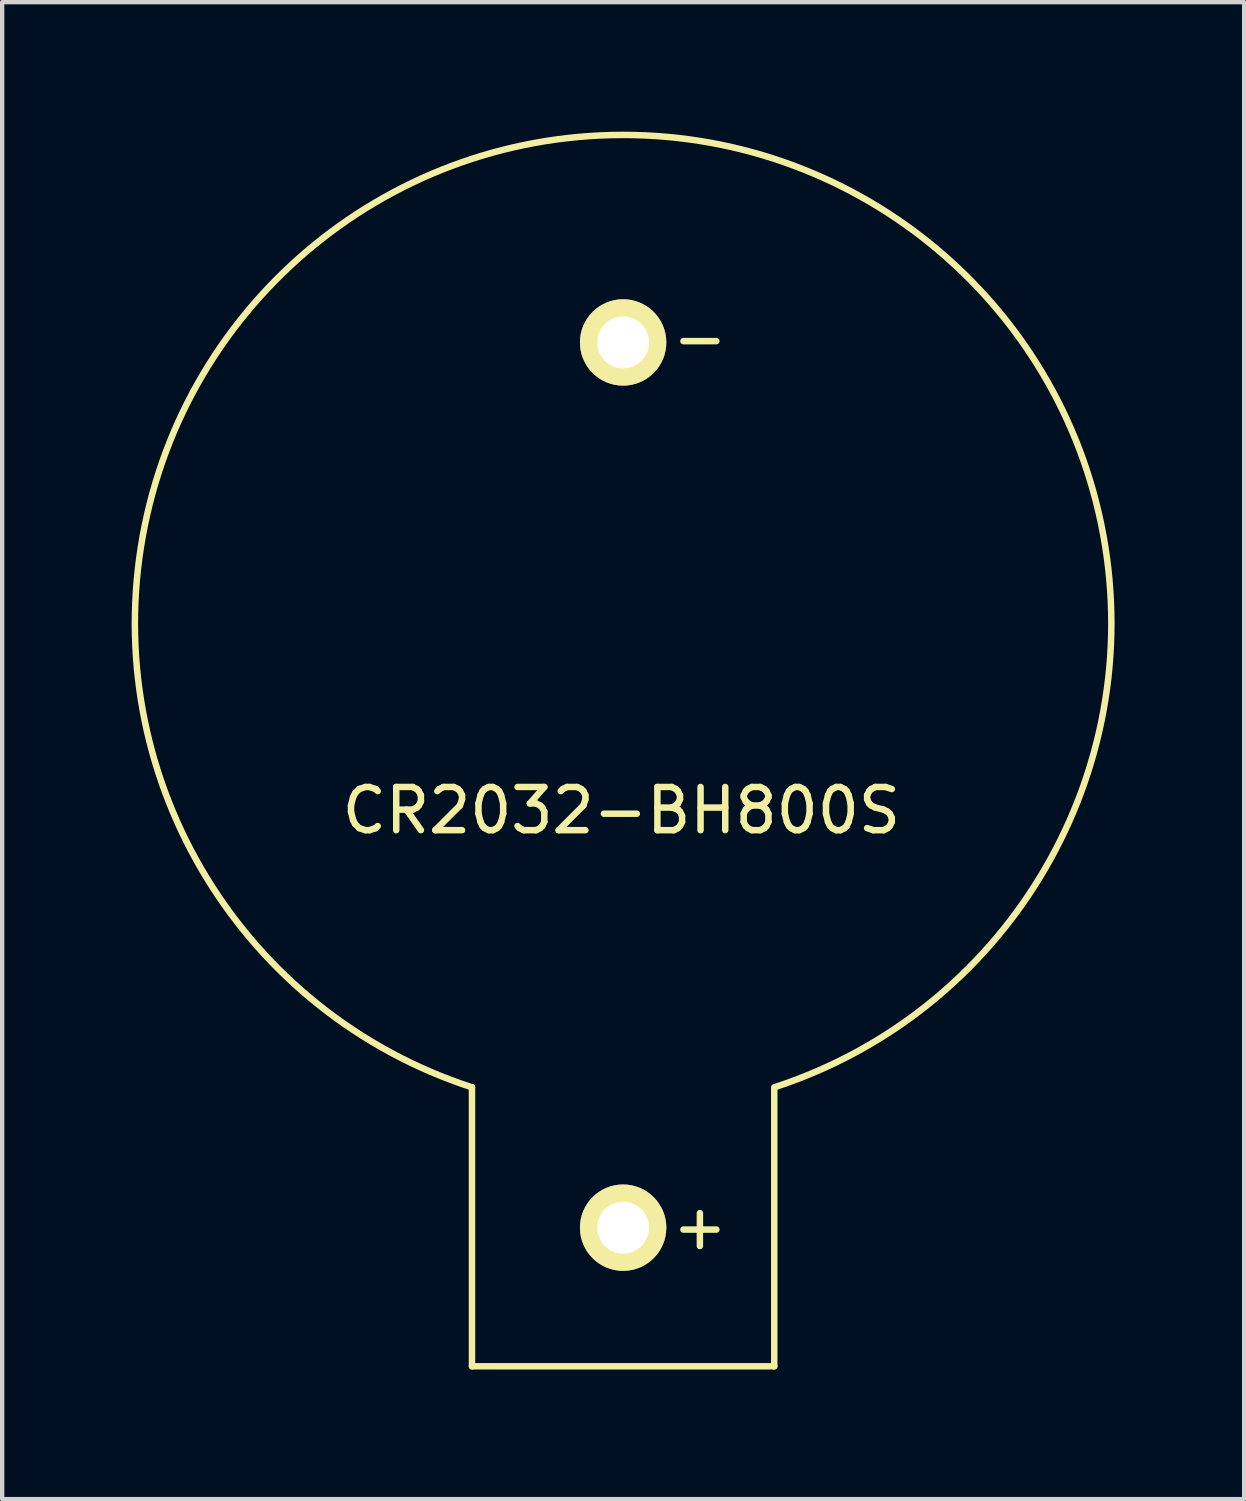
<source format=kicad_pcb>
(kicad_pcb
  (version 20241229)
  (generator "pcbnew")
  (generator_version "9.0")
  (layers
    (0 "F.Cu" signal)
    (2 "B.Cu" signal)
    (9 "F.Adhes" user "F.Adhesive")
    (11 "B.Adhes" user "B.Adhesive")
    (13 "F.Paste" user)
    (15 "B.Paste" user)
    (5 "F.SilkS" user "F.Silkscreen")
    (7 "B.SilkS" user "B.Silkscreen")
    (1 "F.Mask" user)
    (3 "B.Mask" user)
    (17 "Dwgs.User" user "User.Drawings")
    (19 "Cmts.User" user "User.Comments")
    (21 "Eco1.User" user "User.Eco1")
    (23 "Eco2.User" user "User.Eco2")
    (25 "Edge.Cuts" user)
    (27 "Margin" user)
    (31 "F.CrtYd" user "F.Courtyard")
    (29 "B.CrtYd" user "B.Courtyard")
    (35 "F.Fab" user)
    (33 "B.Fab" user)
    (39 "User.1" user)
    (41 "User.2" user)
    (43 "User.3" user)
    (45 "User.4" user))
  (footprint "CR2032-BH800S"
    (layer "F.Cu")
    (at 11.38 11.38)
    (property "Reference" "CR2032-BH800S" (at -0.04 4.34 0) (layer "F.SilkS") (effects (font (size 1 1) (thickness 0.15))))
    (attr through_hole)
    (fp_line (start -3.5 10.75) (end -3.5 17.21) (stroke (width 0.15) (type solid)) (layer "F.SilkS"))
    (fp_line (start -3.5 17.21) (end 3.5 17.21) (stroke (width 0.15) (type solid)) (layer "F.SilkS"))
    (fp_line (start 3.5 17.21) (end 3.5 10.75) (stroke (width 0.15) (type solid)) (layer "F.SilkS"))
    (fp_arc (start -3.5 10.75) (mid -0.012967 -11.305412) (end 3.52465 10.741943) (stroke (width 0.15) (type solid)) (layer "F.SilkS"))
    (fp_text user "+" (at 1.778 13.97 0) (layer "F.SilkS") (effects (font (size 1 1) (thickness 0.15))))
    (fp_text user "-" (at 1.778 -6.604 0) (layer "F.SilkS") (effects (font (size 1 1) (thickness 0.15))))
    (pad "1" thru_hole circle (at 0 14) (size 2 2) (drill 1.2) (layers "*.Cu" "*.Mask" "F.SilkS"))
    (pad "2" thru_hole circle (at 0 -6.5) (size 2 2) (drill 1.2) (layers "*.Cu" "*.Mask" "F.SilkS")))
  (gr_rect
    (start -3 -3)
    (end 25.761 31.665)
    (stroke (width 0.1) (type default))
    (fill no)
    (layer "Edge.Cuts")))
</source>
